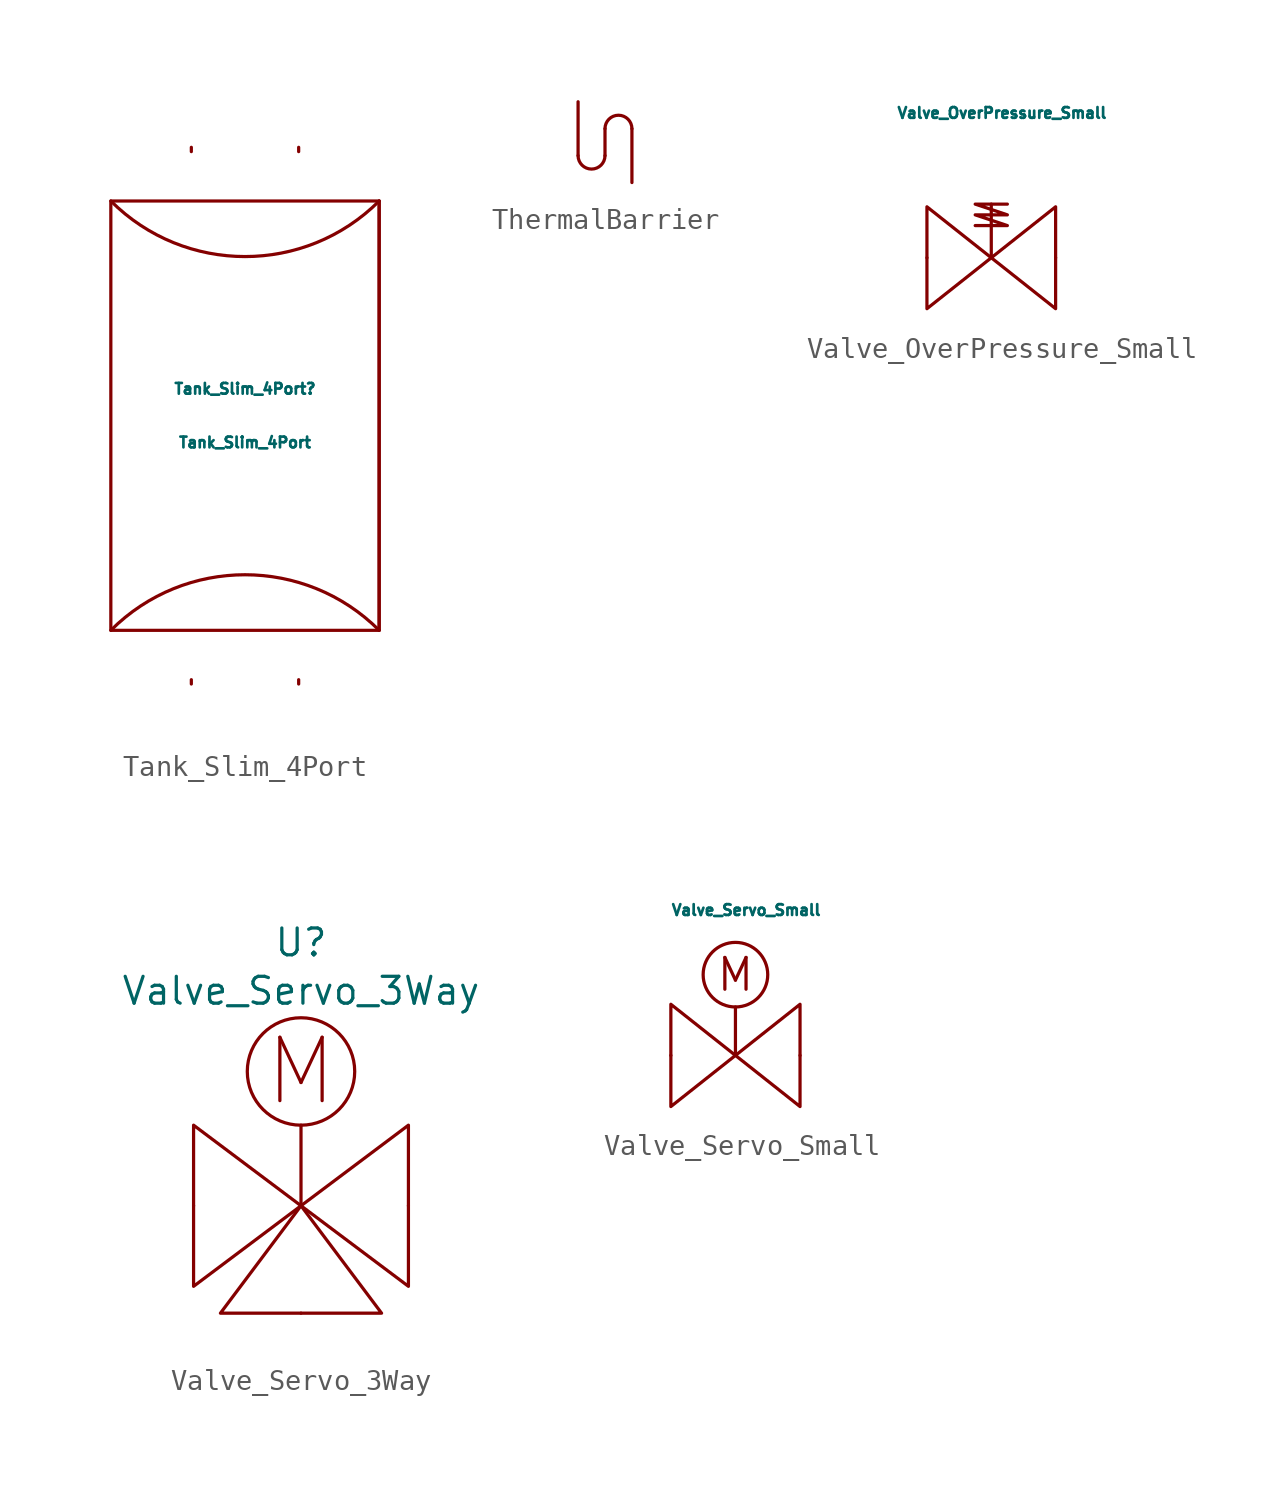
<source format=kicad_sym>
(kicad_symbol_lib
  (version 20211014)
  (generator kicad_symbol_editor)
  (symbol "Tank_Slim_4Port"
    (pin_numbers hide)
    (pin_names
      (offset 1.016))
    (property "Reference" "Tank_Slim_4Port"
      (at 0 1.27 0)
      (effects (font (size 0.508 0.508))))
    (property "Value" "Tank_Slim_4Port"
      (at 0 -1.27 0)
      (effects (font (size 0.508 0.508))))
    (symbol "Tank_Slim_4Port_0_0"
      (polyline (pts (xy 6.35 10.16) (xy 6.35 -10.16)) (stroke (width 0) (type default) (color 0 0 0 0)) (fill (type none))))
    (symbol "Tank_Slim_4Port_0_1"
      (rectangle (start -6.35 10.16) (end 6.35 -10.16) (stroke (width 0) (type default) (color 0 0 0 0)) (fill (type none)))
      (arc (start -6.35 10.16) (mid 0 7.5297) (end 6.35 10.16) (stroke (width 0) (type default) (color 0 0 0 0)) (fill (type none)))
      (arc (start 6.35 -10.16) (mid 0 -7.5297) (end -6.35 -10.16) (stroke (width 0) (type default) (color 0 0 0 0)) (fill (type none))))
    (symbol "Tank_Slim_4Port_1_1"
      (pin bidirectional line (at -2.54 -12.7 90) (length 0.203) (name "~" (effects (font (size 1.27 1.27)))) (number "~" (effects (font (size 1.27 1.27)))))
      (pin bidirectional line (at -2.54 12.7 270) (length 0.203) (name "~" (effects (font (size 1.27 1.27)))) (number "~" (effects (font (size 1.27 1.27)))))
      (pin bidirectional line (at 2.54 -12.7 90) (length 0.203) (name "~" (effects (font (size 1.27 1.27)))) (number "~" (effects (font (size 1.27 1.27)))))
      (pin bidirectional line (at 2.54 12.7 270) (length 0.203) (name "~" (effects (font (size 1.27 1.27)))) (number "~" (effects (font (size 1.27 1.27)))))))
  (symbol "ThermalBarrier"
    (pin_names
      (offset 1.016))
    (property "Reference" "U"
      (at 0 -1.27 0)
      (effects (font (size 0.406 0.406)) hide))
    (symbol "ThermalBarrier_0_1"
      (arc (start -1.27 0) (mid -0.635 -0.635) (end 0 0) (stroke (width 0) (type default) (color 0 0 0 0)) (fill (type none)))
      (polyline (pts (xy 0 0) (xy 0 1.27)) (stroke (width 0) (type default) (color 0 0 0 0)) (fill (type none)))
      (arc (start 1.27 1.27) (mid 0.635 1.905) (end 0 1.27) (stroke (width 0) (type default) (color 0 0 0 0)) (fill (type none))))
    (symbol "ThermalBarrier_1_1"
      (pin unspecified line (at -1.27 2.54 270) (length 2.54) (name "~" (effects (font (size 1.27 1.27)))) (number "~" (effects (font (size 1.27 1.27)))))
      (pin unspecified line (at 1.27 -1.27 90) (length 2.54) (name "~" (effects (font (size 1.27 1.27)))) (number "~" (effects (font (size 1.27 1.27)))))))
  (symbol "Valve_OverPressure_Small"
    (pin_names
      (offset 1.016))
    (property "Reference" "Valve_Overpressure_Small"
      (at 0 -3.302 0)
      (effects (font (size 0.508 0.508)) hide))
    (property "Value" "Valve_OverPressure_Small"
      (at 0.508 6.858 0)
      (effects (font (size 0.508 0.508))))
    (symbol "Valve_OverPressure_Small_0_0"
      (polyline (pts (xy 0 0) (xy -3.048 2.413) (xy -3.048 -2.413) (xy 0 0)) (stroke (width 0) (type default) (color 0 0 0 0)) (fill (type none))))
    (symbol "Valve_OverPressure_Small_0_1"
      (polyline (pts (xy 0.762 2.54) (xy -0.762 2.54) (xy 0.762 2.032) (xy -0.762 2.032) (xy 0.762 1.524) (xy -0.762 1.524)) (stroke (width 0) (type default) (color 0 0 0 0)) (fill (type none))))
    (symbol "Valve_OverPressure_Small_1_1"
      (polyline (pts (xy 0 0) (xy 0 2.54)) (stroke (width 0) (type default) (color 0 0 0 0)) (fill (type none)))
      (polyline (pts (xy 0 0) (xy 3.048 -2.413) (xy 3.048 2.413) (xy 0 0)) (stroke (width 0) (type default) (color 0 0 0 0)) (fill (type none)))
      (pin bidirectional line (at -3.048 0 0) (length 0) (name "~" (effects (font (size 1.27 1.27)))) (number "~" (effects (font (size 1.27 1.27)))))
      (pin bidirectional line (at 3.048 0 180) (length 0) (name "~" (effects (font (size 1.27 1.27)))) (number "~" (effects (font (size 1.27 1.27)))))))
  (symbol "Valve_Servo_3Way"
    (pin_names
      (offset 1.016))
    (property "Reference" "U"
      (at 0 19.558 0)
      (effects (font (size 1.27 1.27))))
    (property "Value" "Valve_Servo_3Way"
      (at 0 17.272 0)
      (effects (font (size 1.27 1.27))))
    (symbol "Valve_Servo_3Way_1_1"
      (polyline (pts (xy 0 7.112) (xy 0 10.922)) (stroke (width 0) (type default) (color 0 0 0 0)) (fill (type none)))
      (polyline (pts (xy 0 7.112) (xy -5.08 10.922) (xy -5.08 3.302) (xy 0 7.112)) (stroke (width 0) (type default) (color 0 0 0 0)) (fill (type none)))
      (polyline (pts (xy 3.81 2.032) (xy 0 7.112) (xy -3.81 2.032) (xy 3.81 2.032)) (stroke (width 0) (type default) (color 0 0 0 0)) (fill (type none)))
      (polyline (pts (xy 5.08 10.922) (xy 0 7.112) (xy 5.08 3.302) (xy 5.08 10.922)) (stroke (width 0) (type default) (color 0 0 0 0)) (fill (type none)))
      (circle (center 0 13.462) (radius 2.54) (stroke (width 0) (type default) (color 0 0 0 0)) (fill (type none)))
      (text "M" (at 0 13.462 0) (effects (font (size 2.997 2.997))))
      (pin bidirectional line (at -5.08 7.112 0) (length 0) (name "~" (effects (font (size 1.27 1.27)))) (number "~" (effects (font (size 1.27 1.27)))))
      (pin bidirectional line (at 0 2.032 90) (length 0) (name "~" (effects (font (size 1.27 1.27)))) (number "~" (effects (font (size 1.27 1.27)))))
      (pin bidirectional line (at 5.08 7.112 180) (length 0) (name "~" (effects (font (size 1.27 1.27)))) (number "~" (effects (font (size 1.27 1.27)))))))
  (symbol "Valve_Servo_Small"
    (pin_names
      (offset 1.016))
    (property "Reference" "Valve_Servo_Small"
      (at 0 -3.302 0)
      (effects (font (size 0.508 0.508)) hide))
    (property "Value" "Valve_Servo_Small"
      (at 0.508 6.858 0)
      (effects (font (size 0.508 0.508))))
    (symbol "Valve_Servo_Small_0_0"
      (polyline (pts (xy 0 0) (xy -3.048 2.413) (xy -3.048 -2.413) (xy 0 0)) (stroke (width 0) (type default) (color 0 0 0 0)) (fill (type none))))
    (symbol "Valve_Servo_Small_1_1"
      (polyline (pts (xy 0 0) (xy 0 2.286)) (stroke (width 0) (type default) (color 0 0 0 0)) (fill (type none)))
      (polyline (pts (xy 0 0) (xy 3.048 -2.413) (xy 3.048 2.413) (xy 0 0)) (stroke (width 0) (type default) (color 0 0 0 0)) (fill (type none)))
      (circle (center 0 3.81) (radius 1.524) (stroke (width 0) (type default) (color 0 0 0 0)) (fill (type none)))
      (text "M" (at 0 3.81 0) (effects (font (size 1.499 1.499))))
      (pin bidirectional line (at -3.048 0 0) (length 0) (name "~" (effects (font (size 1.27 1.27)))) (number "~" (effects (font (size 1.27 1.27)))))
      (pin bidirectional line (at 3.048 0 180) (length 0) (name "~" (effects (font (size 1.27 1.27)))) (number "~" (effects (font (size 1.27 1.27))))))))
</source>
